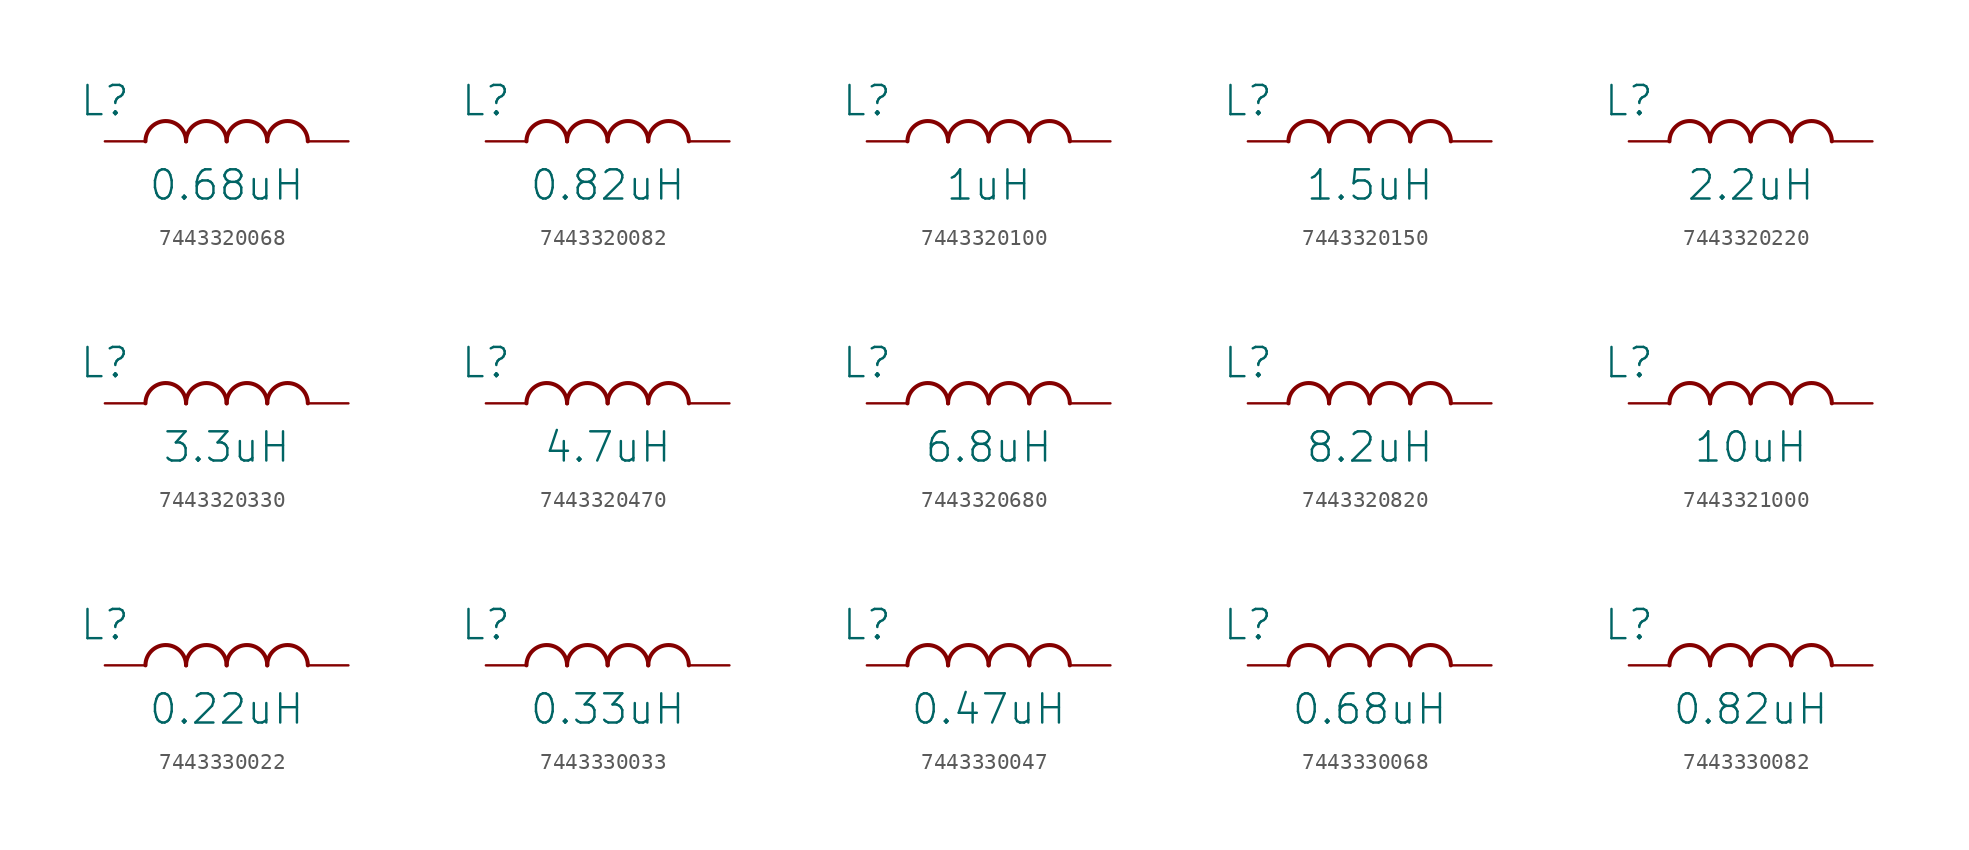
<source format=kicad_sym>
(kicad_symbol_lib
  (version 20231120)
  (generator "kicad_symbol_editor")
  (generator_version "8.0")
  (symbol "7443320068"
    (property "Reference" "L"
      (at 0 2.54 0)
      (effects (font (size 1.829 1.829))))
    (property "Value" "0.68uH"
      (at 7.62 -3.81 0)
      (effects (font (size 1.829 1.829)) (justify bottom)))
    (symbol "7443320068_1_0"
      (arc (start 5.08 0) (mid 3.81 1.27) (end 2.54 0) (stroke (width 0.254) (type solid)) (fill (type none)))
      (arc (start 7.62 0) (mid 6.35 1.27) (end 5.08 0) (stroke (width 0.254) (type solid)) (fill (type none)))
      (arc (start 10.16 0) (mid 8.89 1.27) (end 7.62 0) (stroke (width 0.254) (type solid)) (fill (type none)))
      (arc (start 12.7 0) (mid 11.43 1.27) (end 10.16 0) (stroke (width 0.254) (type solid)) (fill (type none)))
      (pin passive line (at 0 0 0) (length 2.54) (name "1" (effects (font (size 0 0)))) (number "1" (effects (font (size 0 0)))))
      (pin passive line (at 15.24 0 180) (length 2.54) (name "2" (effects (font (size 0 0)))) (number "2" (effects (font (size 0 0)))))))
  (symbol "7443320082"
    (property "Reference" "L"
      (at 0 2.54 0)
      (effects (font (size 1.829 1.829))))
    (property "Value" "0.82uH"
      (at 7.62 -3.81 0)
      (effects (font (size 1.829 1.829)) (justify bottom)))
    (symbol "7443320082_1_0"
      (arc (start 5.08 0) (mid 3.81 1.27) (end 2.54 0) (stroke (width 0.254) (type solid)) (fill (type none)))
      (arc (start 7.62 0) (mid 6.35 1.27) (end 5.08 0) (stroke (width 0.254) (type solid)) (fill (type none)))
      (arc (start 10.16 0) (mid 8.89 1.27) (end 7.62 0) (stroke (width 0.254) (type solid)) (fill (type none)))
      (arc (start 12.7 0) (mid 11.43 1.27) (end 10.16 0) (stroke (width 0.254) (type solid)) (fill (type none)))
      (pin passive line (at 0 0 0) (length 2.54) (name "1" (effects (font (size 0 0)))) (number "1" (effects (font (size 0 0)))))
      (pin passive line (at 15.24 0 180) (length 2.54) (name "2" (effects (font (size 0 0)))) (number "2" (effects (font (size 0 0)))))))
  (symbol "7443320100"
    (property "Reference" "L"
      (at 0 2.54 0)
      (effects (font (size 1.829 1.829))))
    (property "Value" "1uH"
      (at 7.62 -3.81 0)
      (effects (font (size 1.829 1.829)) (justify bottom)))
    (symbol "7443320100_1_0"
      (arc (start 5.08 0) (mid 3.81 1.27) (end 2.54 0) (stroke (width 0.254) (type solid)) (fill (type none)))
      (arc (start 7.62 0) (mid 6.35 1.27) (end 5.08 0) (stroke (width 0.254) (type solid)) (fill (type none)))
      (arc (start 10.16 0) (mid 8.89 1.27) (end 7.62 0) (stroke (width 0.254) (type solid)) (fill (type none)))
      (arc (start 12.7 0) (mid 11.43 1.27) (end 10.16 0) (stroke (width 0.254) (type solid)) (fill (type none)))
      (pin passive line (at 0 0 0) (length 2.54) (name "1" (effects (font (size 0 0)))) (number "1" (effects (font (size 0 0)))))
      (pin passive line (at 15.24 0 180) (length 2.54) (name "2" (effects (font (size 0 0)))) (number "2" (effects (font (size 0 0)))))))
  (symbol "7443320150"
    (property "Reference" "L"
      (at 0 2.54 0)
      (effects (font (size 1.829 1.829))))
    (property "Value" "1.5uH"
      (at 7.62 -3.81 0)
      (effects (font (size 1.829 1.829)) (justify bottom)))
    (symbol "7443320150_1_0"
      (arc (start 5.08 0) (mid 3.81 1.27) (end 2.54 0) (stroke (width 0.254) (type solid)) (fill (type none)))
      (arc (start 7.62 0) (mid 6.35 1.27) (end 5.08 0) (stroke (width 0.254) (type solid)) (fill (type none)))
      (arc (start 10.16 0) (mid 8.89 1.27) (end 7.62 0) (stroke (width 0.254) (type solid)) (fill (type none)))
      (arc (start 12.7 0) (mid 11.43 1.27) (end 10.16 0) (stroke (width 0.254) (type solid)) (fill (type none)))
      (pin passive line (at 0 0 0) (length 2.54) (name "1" (effects (font (size 0 0)))) (number "1" (effects (font (size 0 0)))))
      (pin passive line (at 15.24 0 180) (length 2.54) (name "2" (effects (font (size 0 0)))) (number "2" (effects (font (size 0 0)))))))
  (symbol "7443320220"
    (property "Reference" "L"
      (at 0 2.54 0)
      (effects (font (size 1.829 1.829))))
    (property "Value" "2.2uH"
      (at 7.62 -3.81 0)
      (effects (font (size 1.829 1.829)) (justify bottom)))
    (symbol "7443320220_1_0"
      (arc (start 5.08 0) (mid 3.81 1.27) (end 2.54 0) (stroke (width 0.254) (type solid)) (fill (type none)))
      (arc (start 7.62 0) (mid 6.35 1.27) (end 5.08 0) (stroke (width 0.254) (type solid)) (fill (type none)))
      (arc (start 10.16 0) (mid 8.89 1.27) (end 7.62 0) (stroke (width 0.254) (type solid)) (fill (type none)))
      (arc (start 12.7 0) (mid 11.43 1.27) (end 10.16 0) (stroke (width 0.254) (type solid)) (fill (type none)))
      (pin passive line (at 0 0 0) (length 2.54) (name "1" (effects (font (size 0 0)))) (number "1" (effects (font (size 0 0)))))
      (pin passive line (at 15.24 0 180) (length 2.54) (name "2" (effects (font (size 0 0)))) (number "2" (effects (font (size 0 0)))))))
  (symbol "7443320330"
    (property "Reference" "L"
      (at 0 2.54 0)
      (effects (font (size 1.829 1.829))))
    (property "Value" "3.3uH"
      (at 7.62 -3.81 0)
      (effects (font (size 1.829 1.829)) (justify bottom)))
    (symbol "7443320330_1_0"
      (arc (start 5.08 0) (mid 3.81 1.27) (end 2.54 0) (stroke (width 0.254) (type solid)) (fill (type none)))
      (arc (start 7.62 0) (mid 6.35 1.27) (end 5.08 0) (stroke (width 0.254) (type solid)) (fill (type none)))
      (arc (start 10.16 0) (mid 8.89 1.27) (end 7.62 0) (stroke (width 0.254) (type solid)) (fill (type none)))
      (arc (start 12.7 0) (mid 11.43 1.27) (end 10.16 0) (stroke (width 0.254) (type solid)) (fill (type none)))
      (pin passive line (at 0 0 0) (length 2.54) (name "1" (effects (font (size 0 0)))) (number "1" (effects (font (size 0 0)))))
      (pin passive line (at 15.24 0 180) (length 2.54) (name "2" (effects (font (size 0 0)))) (number "2" (effects (font (size 0 0)))))))
  (symbol "7443320470"
    (property "Reference" "L"
      (at 0 2.54 0)
      (effects (font (size 1.829 1.829))))
    (property "Value" "4.7uH"
      (at 7.62 -3.81 0)
      (effects (font (size 1.829 1.829)) (justify bottom)))
    (symbol "7443320470_1_0"
      (arc (start 5.08 0) (mid 3.81 1.27) (end 2.54 0) (stroke (width 0.254) (type solid)) (fill (type none)))
      (arc (start 7.62 0) (mid 6.35 1.27) (end 5.08 0) (stroke (width 0.254) (type solid)) (fill (type none)))
      (arc (start 10.16 0) (mid 8.89 1.27) (end 7.62 0) (stroke (width 0.254) (type solid)) (fill (type none)))
      (arc (start 12.7 0) (mid 11.43 1.27) (end 10.16 0) (stroke (width 0.254) (type solid)) (fill (type none)))
      (pin passive line (at 0 0 0) (length 2.54) (name "1" (effects (font (size 0 0)))) (number "1" (effects (font (size 0 0)))))
      (pin passive line (at 15.24 0 180) (length 2.54) (name "2" (effects (font (size 0 0)))) (number "2" (effects (font (size 0 0)))))))
  (symbol "7443320680"
    (property "Reference" "L"
      (at 0 2.54 0)
      (effects (font (size 1.829 1.829))))
    (property "Value" "6.8uH"
      (at 7.62 -3.81 0)
      (effects (font (size 1.829 1.829)) (justify bottom)))
    (symbol "7443320680_1_0"
      (arc (start 5.08 0) (mid 3.81 1.27) (end 2.54 0) (stroke (width 0.254) (type solid)) (fill (type none)))
      (arc (start 7.62 0) (mid 6.35 1.27) (end 5.08 0) (stroke (width 0.254) (type solid)) (fill (type none)))
      (arc (start 10.16 0) (mid 8.89 1.27) (end 7.62 0) (stroke (width 0.254) (type solid)) (fill (type none)))
      (arc (start 12.7 0) (mid 11.43 1.27) (end 10.16 0) (stroke (width 0.254) (type solid)) (fill (type none)))
      (pin passive line (at 0 0 0) (length 2.54) (name "1" (effects (font (size 0 0)))) (number "1" (effects (font (size 0 0)))))
      (pin passive line (at 15.24 0 180) (length 2.54) (name "2" (effects (font (size 0 0)))) (number "2" (effects (font (size 0 0)))))))
  (symbol "7443320820"
    (property "Reference" "L"
      (at 0 2.54 0)
      (effects (font (size 1.829 1.829))))
    (property "Value" "8.2uH"
      (at 7.62 -3.81 0)
      (effects (font (size 1.829 1.829)) (justify bottom)))
    (symbol "7443320820_1_0"
      (arc (start 5.08 0) (mid 3.81 1.27) (end 2.54 0) (stroke (width 0.254) (type solid)) (fill (type none)))
      (arc (start 7.62 0) (mid 6.35 1.27) (end 5.08 0) (stroke (width 0.254) (type solid)) (fill (type none)))
      (arc (start 10.16 0) (mid 8.89 1.27) (end 7.62 0) (stroke (width 0.254) (type solid)) (fill (type none)))
      (arc (start 12.7 0) (mid 11.43 1.27) (end 10.16 0) (stroke (width 0.254) (type solid)) (fill (type none)))
      (pin passive line (at 0 0 0) (length 2.54) (name "1" (effects (font (size 0 0)))) (number "1" (effects (font (size 0 0)))))
      (pin passive line (at 15.24 0 180) (length 2.54) (name "2" (effects (font (size 0 0)))) (number "2" (effects (font (size 0 0)))))))
  (symbol "7443321000"
    (property "Reference" "L"
      (at 0 2.54 0)
      (effects (font (size 1.829 1.829))))
    (property "Value" "10uH"
      (at 7.62 -3.81 0)
      (effects (font (size 1.829 1.829)) (justify bottom)))
    (symbol "7443321000_1_0"
      (arc (start 5.08 0) (mid 3.81 1.27) (end 2.54 0) (stroke (width 0.254) (type solid)) (fill (type none)))
      (arc (start 7.62 0) (mid 6.35 1.27) (end 5.08 0) (stroke (width 0.254) (type solid)) (fill (type none)))
      (arc (start 10.16 0) (mid 8.89 1.27) (end 7.62 0) (stroke (width 0.254) (type solid)) (fill (type none)))
      (arc (start 12.7 0) (mid 11.43 1.27) (end 10.16 0) (stroke (width 0.254) (type solid)) (fill (type none)))
      (pin passive line (at 0 0 0) (length 2.54) (name "1" (effects (font (size 0 0)))) (number "1" (effects (font (size 0 0)))))
      (pin passive line (at 15.24 0 180) (length 2.54) (name "2" (effects (font (size 0 0)))) (number "2" (effects (font (size 0 0)))))))
  (symbol "7443330022"
    (property "Reference" "L"
      (at 0 2.54 0)
      (effects (font (size 1.829 1.829))))
    (property "Value" "0.22uH"
      (at 7.62 -3.81 0)
      (effects (font (size 1.829 1.829)) (justify bottom)))
    (symbol "7443330022_1_0"
      (arc (start 5.08 0) (mid 3.81 1.27) (end 2.54 0) (stroke (width 0.254) (type solid)) (fill (type none)))
      (arc (start 7.62 0) (mid 6.35 1.27) (end 5.08 0) (stroke (width 0.254) (type solid)) (fill (type none)))
      (arc (start 10.16 0) (mid 8.89 1.27) (end 7.62 0) (stroke (width 0.254) (type solid)) (fill (type none)))
      (arc (start 12.7 0) (mid 11.43 1.27) (end 10.16 0) (stroke (width 0.254) (type solid)) (fill (type none)))
      (pin passive line (at 0 0 0) (length 2.54) (name "1" (effects (font (size 0 0)))) (number "1" (effects (font (size 0 0)))))
      (pin passive line (at 15.24 0 180) (length 2.54) (name "2" (effects (font (size 0 0)))) (number "2" (effects (font (size 0 0)))))))
  (symbol "7443330033"
    (property "Reference" "L"
      (at 0 2.54 0)
      (effects (font (size 1.829 1.829))))
    (property "Value" "0.33uH"
      (at 7.62 -3.81 0)
      (effects (font (size 1.829 1.829)) (justify bottom)))
    (symbol "7443330033_1_0"
      (arc (start 5.08 0) (mid 3.81 1.27) (end 2.54 0) (stroke (width 0.254) (type solid)) (fill (type none)))
      (arc (start 7.62 0) (mid 6.35 1.27) (end 5.08 0) (stroke (width 0.254) (type solid)) (fill (type none)))
      (arc (start 10.16 0) (mid 8.89 1.27) (end 7.62 0) (stroke (width 0.254) (type solid)) (fill (type none)))
      (arc (start 12.7 0) (mid 11.43 1.27) (end 10.16 0) (stroke (width 0.254) (type solid)) (fill (type none)))
      (pin passive line (at 0 0 0) (length 2.54) (name "1" (effects (font (size 0 0)))) (number "1" (effects (font (size 0 0)))))
      (pin passive line (at 15.24 0 180) (length 2.54) (name "2" (effects (font (size 0 0)))) (number "2" (effects (font (size 0 0)))))))
  (symbol "7443330047"
    (property "Reference" "L"
      (at 0 2.54 0)
      (effects (font (size 1.829 1.829))))
    (property "Value" "0.47uH"
      (at 7.62 -3.81 0)
      (effects (font (size 1.829 1.829)) (justify bottom)))
    (symbol "7443330047_1_0"
      (arc (start 5.08 0) (mid 3.81 1.27) (end 2.54 0) (stroke (width 0.254) (type solid)) (fill (type none)))
      (arc (start 7.62 0) (mid 6.35 1.27) (end 5.08 0) (stroke (width 0.254) (type solid)) (fill (type none)))
      (arc (start 10.16 0) (mid 8.89 1.27) (end 7.62 0) (stroke (width 0.254) (type solid)) (fill (type none)))
      (arc (start 12.7 0) (mid 11.43 1.27) (end 10.16 0) (stroke (width 0.254) (type solid)) (fill (type none)))
      (pin passive line (at 0 0 0) (length 2.54) (name "1" (effects (font (size 0 0)))) (number "1" (effects (font (size 0 0)))))
      (pin passive line (at 15.24 0 180) (length 2.54) (name "2" (effects (font (size 0 0)))) (number "2" (effects (font (size 0 0)))))))
  (symbol "7443330068"
    (property "Reference" "L"
      (at 0 2.54 0)
      (effects (font (size 1.829 1.829))))
    (property "Value" "0.68uH"
      (at 7.62 -3.81 0)
      (effects (font (size 1.829 1.829)) (justify bottom)))
    (symbol "7443330068_1_0"
      (arc (start 5.08 0) (mid 3.81 1.27) (end 2.54 0) (stroke (width 0.254) (type solid)) (fill (type none)))
      (arc (start 7.62 0) (mid 6.35 1.27) (end 5.08 0) (stroke (width 0.254) (type solid)) (fill (type none)))
      (arc (start 10.16 0) (mid 8.89 1.27) (end 7.62 0) (stroke (width 0.254) (type solid)) (fill (type none)))
      (arc (start 12.7 0) (mid 11.43 1.27) (end 10.16 0) (stroke (width 0.254) (type solid)) (fill (type none)))
      (pin passive line (at 0 0 0) (length 2.54) (name "1" (effects (font (size 0 0)))) (number "1" (effects (font (size 0 0)))))
      (pin passive line (at 15.24 0 180) (length 2.54) (name "2" (effects (font (size 0 0)))) (number "2" (effects (font (size 0 0)))))))
  (symbol "7443330082"
    (property "Reference" "L"
      (at 0 2.54 0)
      (effects (font (size 1.829 1.829))))
    (property "Value" "0.82uH"
      (at 7.62 -3.81 0)
      (effects (font (size 1.829 1.829)) (justify bottom)))
    (symbol "7443330082_1_0"
      (arc (start 5.08 0) (mid 3.81 1.27) (end 2.54 0) (stroke (width 0.254) (type solid)) (fill (type none)))
      (arc (start 7.62 0) (mid 6.35 1.27) (end 5.08 0) (stroke (width 0.254) (type solid)) (fill (type none)))
      (arc (start 10.16 0) (mid 8.89 1.27) (end 7.62 0) (stroke (width 0.254) (type solid)) (fill (type none)))
      (arc (start 12.7 0) (mid 11.43 1.27) (end 10.16 0) (stroke (width 0.254) (type solid)) (fill (type none)))
      (pin passive line (at 0 0 0) (length 2.54) (name "1" (effects (font (size 0 0)))) (number "1" (effects (font (size 0 0)))))
      (pin passive line (at 15.24 0 180) (length 2.54) (name "2" (effects (font (size 0 0)))) (number "2" (effects (font (size 0 0))))))))
</source>
